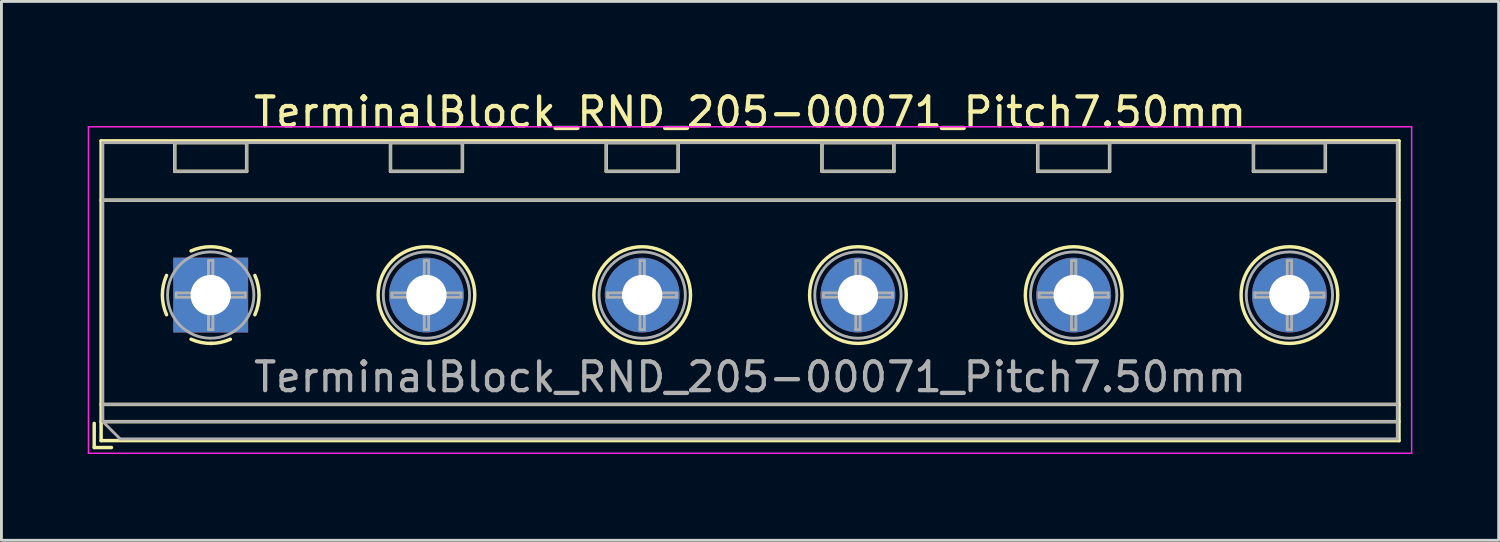
<source format=kicad_pcb>
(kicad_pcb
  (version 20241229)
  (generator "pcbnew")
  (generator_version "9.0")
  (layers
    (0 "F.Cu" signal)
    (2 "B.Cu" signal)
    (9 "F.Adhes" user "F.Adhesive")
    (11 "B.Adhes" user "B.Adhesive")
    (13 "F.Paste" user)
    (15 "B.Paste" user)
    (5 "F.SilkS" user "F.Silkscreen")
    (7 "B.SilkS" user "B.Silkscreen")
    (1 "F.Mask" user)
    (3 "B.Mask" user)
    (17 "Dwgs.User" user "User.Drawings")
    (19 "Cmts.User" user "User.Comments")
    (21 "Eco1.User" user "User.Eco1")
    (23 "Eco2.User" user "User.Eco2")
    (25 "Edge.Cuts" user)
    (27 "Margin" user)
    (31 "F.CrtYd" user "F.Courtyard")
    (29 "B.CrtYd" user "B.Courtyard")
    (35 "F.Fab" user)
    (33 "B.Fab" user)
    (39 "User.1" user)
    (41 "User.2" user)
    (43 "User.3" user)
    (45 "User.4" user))
  (footprint "TerminalBlock_RND_205-00071_Pitch7.50mm"
    (layer "F.Cu")
    (at 4.275 7.208)
    (property "Reference" "TerminalBlock_RND_205-00071_Pitch7.50mm" (at 18.75 -6.36 0) (layer "F.SilkS") (effects (font (size 1 1) (thickness 0.15))))
    (attr through_hole)
    (fp_line (start -4.05 4.46) (end -4.05 5.3) (stroke (width 0.12) (type solid)) (layer "F.SilkS"))
    (fp_line (start -4.05 5.3) (end -3.45 5.3) (stroke (width 0.12) (type solid)) (layer "F.SilkS"))
    (fp_line (start -3.81 -5.36) (end -3.81 5.06) (stroke (width 0.12) (type solid)) (layer "F.SilkS"))
    (fp_line (start -3.81 -3.3) (end 41.31 -3.3) (stroke (width 0.12) (type solid)) (layer "F.SilkS"))
    (fp_line (start -3.81 3.8) (end 41.31 3.8) (stroke (width 0.12) (type solid)) (layer "F.SilkS"))
    (fp_line (start -3.81 4.4) (end 41.31 4.4) (stroke (width 0.12) (type solid)) (layer "F.SilkS"))
    (fp_line (start -3.81 5.06) (end 41.31 5.06) (stroke (width 0.12) (type solid)) (layer "F.SilkS"))
    (fp_line (start -1.25 -5.301) (end -1.25 -4.301) (stroke (width 0.12) (type solid)) (layer "F.SilkS"))
    (fp_line (start -1.25 -5.301) (end 1.25 -5.301) (stroke (width 0.12) (type solid)) (layer "F.SilkS"))
    (fp_line (start -1.25 -4.301) (end 1.25 -4.301) (stroke (width 0.12) (type solid)) (layer "F.SilkS"))
    (fp_line (start 1.25 -5.301) (end 1.25 -4.301) (stroke (width 0.12) (type solid)) (layer "F.SilkS"))
    (fp_line (start 6.25 -5.301) (end 6.25 -4.301) (stroke (width 0.12) (type solid)) (layer "F.SilkS"))
    (fp_line (start 6.25 -5.301) (end 8.75 -5.301) (stroke (width 0.12) (type solid)) (layer "F.SilkS"))
    (fp_line (start 6.25 -4.301) (end 8.75 -4.301) (stroke (width 0.12) (type solid)) (layer "F.SilkS"))
    (fp_line (start 8.75 -5.301) (end 8.75 -4.301) (stroke (width 0.12) (type solid)) (layer "F.SilkS"))
    (fp_line (start 13.75 -5.301) (end 13.75 -4.301) (stroke (width 0.12) (type solid)) (layer "F.SilkS"))
    (fp_line (start 13.75 -5.301) (end 16.25 -5.301) (stroke (width 0.12) (type solid)) (layer "F.SilkS"))
    (fp_line (start 13.75 -4.301) (end 16.25 -4.301) (stroke (width 0.12) (type solid)) (layer "F.SilkS"))
    (fp_line (start 16.25 -5.301) (end 16.25 -4.301) (stroke (width 0.12) (type solid)) (layer "F.SilkS"))
    (fp_line (start 21.25 -5.301) (end 21.25 -4.301) (stroke (width 0.12) (type solid)) (layer "F.SilkS"))
    (fp_line (start 21.25 -5.301) (end 23.75 -5.301) (stroke (width 0.12) (type solid)) (layer "F.SilkS"))
    (fp_line (start 21.25 -4.301) (end 23.75 -4.301) (stroke (width 0.12) (type solid)) (layer "F.SilkS"))
    (fp_line (start 23.75 -5.301) (end 23.75 -4.301) (stroke (width 0.12) (type solid)) (layer "F.SilkS"))
    (fp_line (start 28.75 -5.301) (end 28.75 -4.301) (stroke (width 0.12) (type solid)) (layer "F.SilkS"))
    (fp_line (start 28.75 -5.301) (end 31.25 -5.301) (stroke (width 0.12) (type solid)) (layer "F.SilkS"))
    (fp_line (start 28.75 -4.301) (end 31.25 -4.301) (stroke (width 0.12) (type solid)) (layer "F.SilkS"))
    (fp_line (start 31.25 -5.301) (end 31.25 -4.301) (stroke (width 0.12) (type solid)) (layer "F.SilkS"))
    (fp_line (start 36.25 -5.301) (end 36.25 -4.301) (stroke (width 0.12) (type solid)) (layer "F.SilkS"))
    (fp_line (start 36.25 -5.301) (end 38.75 -5.301) (stroke (width 0.12) (type solid)) (layer "F.SilkS"))
    (fp_line (start 36.25 -4.301) (end 38.75 -4.301) (stroke (width 0.12) (type solid)) (layer "F.SilkS"))
    (fp_line (start 38.75 -5.301) (end 38.75 -4.301) (stroke (width 0.12) (type solid)) (layer "F.SilkS"))
    (fp_line (start 41.31 -5.36) (end -3.81 -5.36) (stroke (width 0.12) (type solid)) (layer "F.SilkS"))
    (fp_line (start 41.31 5.06) (end 41.31 -5.36) (stroke (width 0.12) (type solid)) (layer "F.SilkS"))
    (fp_arc (start -1.535427 0.683042) (mid -1.680501 -0.000524) (end -1.535 -0.684) (stroke (width 0.12) (type solid)) (layer "F.SilkS"))
    (fp_arc (start -0.683042 -1.535427) (mid 0.000524 -1.680501) (end 0.684 -1.535) (stroke (width 0.12) (type solid)) (layer "F.SilkS"))
    (fp_arc (start 0.028805 1.680253) (mid -0.335551 1.646659) (end -0.684 1.535) (stroke (width 0.12) (type solid)) (layer "F.SilkS"))
    (fp_arc (start 0.683318 1.534756) (mid 0.349292 1.643288) (end 0 1.68) (stroke (width 0.12) (type solid)) (layer "F.SilkS"))
    (fp_arc (start 1.535427 -0.683042) (mid 1.680501 0.000524) (end 1.535 0.684) (stroke (width 0.12) (type solid)) (layer "F.SilkS"))
    (fp_circle (center 7.5 0) (end 9.18 0) (stroke (width 0.12) (type solid)) (fill no) (layer "F.SilkS"))
    (fp_circle (center 15 0) (end 16.68 0) (stroke (width 0.12) (type solid)) (fill no) (layer "F.SilkS"))
    (fp_circle (center 22.5 0) (end 24.18 0) (stroke (width 0.12) (type solid)) (fill no) (layer "F.SilkS"))
    (fp_circle (center 30 0) (end 31.68 0) (stroke (width 0.12) (type solid)) (fill no) (layer "F.SilkS"))
    (fp_circle (center 37.5 0) (end 39.18 0) (stroke (width 0.12) (type solid)) (fill no) (layer "F.SilkS"))
    (fp_line (start -4.25 -5.85) (end -4.25 5.5) (stroke (width 0.05) (type solid)) (layer "F.CrtYd"))
    (fp_line (start -4.25 5.5) (end 41.75 5.5) (stroke (width 0.05) (type solid)) (layer "F.CrtYd"))
    (fp_line (start 41.75 -5.85) (end -4.25 -5.85) (stroke (width 0.05) (type solid)) (layer "F.CrtYd"))
    (fp_line (start 41.75 5.5) (end 41.75 -5.85) (stroke (width 0.05) (type solid)) (layer "F.CrtYd"))
    (fp_line (start -3.75 -5.3) (end 41.25 -5.3) (stroke (width 0.1) (type solid)) (layer "F.Fab"))
    (fp_line (start -3.75 -3.3) (end 41.25 -3.3) (stroke (width 0.1) (type solid)) (layer "F.Fab"))
    (fp_line (start -3.75 3.8) (end 41.25 3.8) (stroke (width 0.1) (type solid)) (layer "F.Fab"))
    (fp_line (start -3.75 4.4) (end -3.75 -5.3) (stroke (width 0.1) (type solid)) (layer "F.Fab"))
    (fp_line (start -3.75 4.4) (end 41.25 4.4) (stroke (width 0.1) (type solid)) (layer "F.Fab"))
    (fp_line (start -3.15 5) (end -3.75 4.4) (stroke (width 0.1) (type solid)) (layer "F.Fab"))
    (fp_line (start -1.25 -5.3) (end -1.25 -4.3) (stroke (width 0.1) (type solid)) (layer "F.Fab"))
    (fp_line (start -1.25 -4.3) (end 1.25 -4.3) (stroke (width 0.1) (type solid)) (layer "F.Fab"))
    (fp_line (start -1.201 -0.076) (end -0.076 -0.076) (stroke (width 0.1) (type solid)) (layer "F.Fab"))
    (fp_line (start -1.201 0.076) (end -1.201 -0.076) (stroke (width 0.1) (type solid)) (layer "F.Fab"))
    (fp_line (start -0.076 -1.201) (end 0.076 -1.201) (stroke (width 0.1) (type solid)) (layer "F.Fab"))
    (fp_line (start -0.076 -0.076) (end -0.076 -1.201) (stroke (width 0.1) (type solid)) (layer "F.Fab"))
    (fp_line (start -0.076 0.076) (end -1.201 0.076) (stroke (width 0.1) (type solid)) (layer "F.Fab"))
    (fp_line (start -0.076 1.201) (end -0.076 0.076) (stroke (width 0.1) (type solid)) (layer "F.Fab"))
    (fp_line (start 0.076 -1.201) (end 0.076 -0.076) (stroke (width 0.1) (type solid)) (layer "F.Fab"))
    (fp_line (start 0.076 -0.076) (end 1.201 -0.076) (stroke (width 0.1) (type solid)) (layer "F.Fab"))
    (fp_line (start 0.076 0.076) (end 0.076 1.201) (stroke (width 0.1) (type solid)) (layer "F.Fab"))
    (fp_line (start 0.076 1.201) (end -0.076 1.201) (stroke (width 0.1) (type solid)) (layer "F.Fab"))
    (fp_line (start 1.201 -0.076) (end 1.201 0.076) (stroke (width 0.1) (type solid)) (layer "F.Fab"))
    (fp_line (start 1.201 0.076) (end 0.076 0.076) (stroke (width 0.1) (type solid)) (layer "F.Fab"))
    (fp_line (start 1.25 -5.3) (end -1.25 -5.3) (stroke (width 0.1) (type solid)) (layer "F.Fab"))
    (fp_line (start 1.25 -4.3) (end 1.25 -5.3) (stroke (width 0.1) (type solid)) (layer "F.Fab"))
    (fp_line (start 6.25 -5.3) (end 6.25 -4.3) (stroke (width 0.1) (type solid)) (layer "F.Fab"))
    (fp_line (start 6.25 -4.3) (end 8.75 -4.3) (stroke (width 0.1) (type solid)) (layer "F.Fab"))
    (fp_line (start 6.299 -0.076) (end 7.424 -0.076) (stroke (width 0.1) (type solid)) (layer "F.Fab"))
    (fp_line (start 6.299 0.076) (end 6.299 -0.076) (stroke (width 0.1) (type solid)) (layer "F.Fab"))
    (fp_line (start 7.424 -1.201) (end 7.576 -1.201) (stroke (width 0.1) (type solid)) (layer "F.Fab"))
    (fp_line (start 7.424 -0.076) (end 7.424 -1.201) (stroke (width 0.1) (type solid)) (layer "F.Fab"))
    (fp_line (start 7.424 0.076) (end 6.299 0.076) (stroke (width 0.1) (type solid)) (layer "F.Fab"))
    (fp_line (start 7.424 1.201) (end 7.424 0.076) (stroke (width 0.1) (type solid)) (layer "F.Fab"))
    (fp_line (start 7.576 -1.201) (end 7.576 -0.076) (stroke (width 0.1) (type solid)) (layer "F.Fab"))
    (fp_line (start 7.576 -0.076) (end 8.701 -0.076) (stroke (width 0.1) (type solid)) (layer "F.Fab"))
    (fp_line (start 7.576 0.076) (end 7.576 1.201) (stroke (width 0.1) (type solid)) (layer "F.Fab"))
    (fp_line (start 7.576 1.201) (end 7.424 1.201) (stroke (width 0.1) (type solid)) (layer "F.Fab"))
    (fp_line (start 8.701 -0.076) (end 8.701 0.076) (stroke (width 0.1) (type solid)) (layer "F.Fab"))
    (fp_line (start 8.701 0.076) (end 7.576 0.076) (stroke (width 0.1) (type solid)) (layer "F.Fab"))
    (fp_line (start 8.75 -5.3) (end 6.25 -5.3) (stroke (width 0.1) (type solid)) (layer "F.Fab"))
    (fp_line (start 8.75 -4.3) (end 8.75 -5.3) (stroke (width 0.1) (type solid)) (layer "F.Fab"))
    (fp_line (start 13.75 -5.3) (end 13.75 -4.3) (stroke (width 0.1) (type solid)) (layer "F.Fab"))
    (fp_line (start 13.75 -4.3) (end 16.25 -4.3) (stroke (width 0.1) (type solid)) (layer "F.Fab"))
    (fp_line (start 13.799 -0.076) (end 14.924 -0.076) (stroke (width 0.1) (type solid)) (layer "F.Fab"))
    (fp_line (start 13.799 0.076) (end 13.799 -0.076) (stroke (width 0.1) (type solid)) (layer "F.Fab"))
    (fp_line (start 14.924 -1.201) (end 15.076 -1.201) (stroke (width 0.1) (type solid)) (layer "F.Fab"))
    (fp_line (start 14.924 -0.076) (end 14.924 -1.201) (stroke (width 0.1) (type solid)) (layer "F.Fab"))
    (fp_line (start 14.924 0.076) (end 13.799 0.076) (stroke (width 0.1) (type solid)) (layer "F.Fab"))
    (fp_line (start 14.924 1.201) (end 14.924 0.076) (stroke (width 0.1) (type solid)) (layer "F.Fab"))
    (fp_line (start 15.076 -1.201) (end 15.076 -0.076) (stroke (width 0.1) (type solid)) (layer "F.Fab"))
    (fp_line (start 15.076 -0.076) (end 16.201 -0.076) (stroke (width 0.1) (type solid)) (layer "F.Fab"))
    (fp_line (start 15.076 0.076) (end 15.076 1.201) (stroke (width 0.1) (type solid)) (layer "F.Fab"))
    (fp_line (start 15.076 1.201) (end 14.924 1.201) (stroke (width 0.1) (type solid)) (layer "F.Fab"))
    (fp_line (start 16.201 -0.076) (end 16.201 0.076) (stroke (width 0.1) (type solid)) (layer "F.Fab"))
    (fp_line (start 16.201 0.076) (end 15.076 0.076) (stroke (width 0.1) (type solid)) (layer "F.Fab"))
    (fp_line (start 16.25 -5.3) (end 13.75 -5.3) (stroke (width 0.1) (type solid)) (layer "F.Fab"))
    (fp_line (start 16.25 -4.3) (end 16.25 -5.3) (stroke (width 0.1) (type solid)) (layer "F.Fab"))
    (fp_line (start 21.25 -5.3) (end 21.25 -4.3) (stroke (width 0.1) (type solid)) (layer "F.Fab"))
    (fp_line (start 21.25 -4.3) (end 23.75 -4.3) (stroke (width 0.1) (type solid)) (layer "F.Fab"))
    (fp_line (start 21.299 -0.076) (end 22.424 -0.076) (stroke (width 0.1) (type solid)) (layer "F.Fab"))
    (fp_line (start 21.299 0.076) (end 21.299 -0.076) (stroke (width 0.1) (type solid)) (layer "F.Fab"))
    (fp_line (start 22.424 -1.201) (end 22.576 -1.201) (stroke (width 0.1) (type solid)) (layer "F.Fab"))
    (fp_line (start 22.424 -0.076) (end 22.424 -1.201) (stroke (width 0.1) (type solid)) (layer "F.Fab"))
    (fp_line (start 22.424 0.076) (end 21.299 0.076) (stroke (width 0.1) (type solid)) (layer "F.Fab"))
    (fp_line (start 22.424 1.201) (end 22.424 0.076) (stroke (width 0.1) (type solid)) (layer "F.Fab"))
    (fp_line (start 22.576 -1.201) (end 22.576 -0.076) (stroke (width 0.1) (type solid)) (layer "F.Fab"))
    (fp_line (start 22.576 -0.076) (end 23.701 -0.076) (stroke (width 0.1) (type solid)) (layer "F.Fab"))
    (fp_line (start 22.576 0.076) (end 22.576 1.201) (stroke (width 0.1) (type solid)) (layer "F.Fab"))
    (fp_line (start 22.576 1.201) (end 22.424 1.201) (stroke (width 0.1) (type solid)) (layer "F.Fab"))
    (fp_line (start 23.701 -0.076) (end 23.701 0.076) (stroke (width 0.1) (type solid)) (layer "F.Fab"))
    (fp_line (start 23.701 0.076) (end 22.576 0.076) (stroke (width 0.1) (type solid)) (layer "F.Fab"))
    (fp_line (start 23.75 -5.3) (end 21.25 -5.3) (stroke (width 0.1) (type solid)) (layer "F.Fab"))
    (fp_line (start 23.75 -4.3) (end 23.75 -5.3) (stroke (width 0.1) (type solid)) (layer "F.Fab"))
    (fp_line (start 28.75 -5.3) (end 28.75 -4.3) (stroke (width 0.1) (type solid)) (layer "F.Fab"))
    (fp_line (start 28.75 -4.3) (end 31.25 -4.3) (stroke (width 0.1) (type solid)) (layer "F.Fab"))
    (fp_line (start 28.799 -0.076) (end 29.924 -0.076) (stroke (width 0.1) (type solid)) (layer "F.Fab"))
    (fp_line (start 28.799 0.076) (end 28.799 -0.076) (stroke (width 0.1) (type solid)) (layer "F.Fab"))
    (fp_line (start 29.924 -1.201) (end 30.076 -1.201) (stroke (width 0.1) (type solid)) (layer "F.Fab"))
    (fp_line (start 29.924 -0.076) (end 29.924 -1.201) (stroke (width 0.1) (type solid)) (layer "F.Fab"))
    (fp_line (start 29.924 0.076) (end 28.799 0.076) (stroke (width 0.1) (type solid)) (layer "F.Fab"))
    (fp_line (start 29.924 1.201) (end 29.924 0.076) (stroke (width 0.1) (type solid)) (layer "F.Fab"))
    (fp_line (start 30.076 -1.201) (end 30.076 -0.076) (stroke (width 0.1) (type solid)) (layer "F.Fab"))
    (fp_line (start 30.076 -0.076) (end 31.201 -0.076) (stroke (width 0.1) (type solid)) (layer "F.Fab"))
    (fp_line (start 30.076 0.076) (end 30.076 1.201) (stroke (width 0.1) (type solid)) (layer "F.Fab"))
    (fp_line (start 30.076 1.201) (end 29.924 1.201) (stroke (width 0.1) (type solid)) (layer "F.Fab"))
    (fp_line (start 31.201 -0.076) (end 31.201 0.076) (stroke (width 0.1) (type solid)) (layer "F.Fab"))
    (fp_line (start 31.201 0.076) (end 30.076 0.076) (stroke (width 0.1) (type solid)) (layer "F.Fab"))
    (fp_line (start 31.25 -5.3) (end 28.75 -5.3) (stroke (width 0.1) (type solid)) (layer "F.Fab"))
    (fp_line (start 31.25 -4.3) (end 31.25 -5.3) (stroke (width 0.1) (type solid)) (layer "F.Fab"))
    (fp_line (start 36.25 -5.3) (end 36.25 -4.3) (stroke (width 0.1) (type solid)) (layer "F.Fab"))
    (fp_line (start 36.25 -4.3) (end 38.75 -4.3) (stroke (width 0.1) (type solid)) (layer "F.Fab"))
    (fp_line (start 36.299 -0.076) (end 37.424 -0.076) (stroke (width 0.1) (type solid)) (layer "F.Fab"))
    (fp_line (start 36.299 0.076) (end 36.299 -0.076) (stroke (width 0.1) (type solid)) (layer "F.Fab"))
    (fp_line (start 37.424 -1.201) (end 37.576 -1.201) (stroke (width 0.1) (type solid)) (layer "F.Fab"))
    (fp_line (start 37.424 -0.076) (end 37.424 -1.201) (stroke (width 0.1) (type solid)) (layer "F.Fab"))
    (fp_line (start 37.424 0.076) (end 36.299 0.076) (stroke (width 0.1) (type solid)) (layer "F.Fab"))
    (fp_line (start 37.424 1.201) (end 37.424 0.076) (stroke (width 0.1) (type solid)) (layer "F.Fab"))
    (fp_line (start 37.576 -1.201) (end 37.576 -0.076) (stroke (width 0.1) (type solid)) (layer "F.Fab"))
    (fp_line (start 37.576 -0.076) (end 38.701 -0.076) (stroke (width 0.1) (type solid)) (layer "F.Fab"))
    (fp_line (start 37.576 0.076) (end 37.576 1.201) (stroke (width 0.1) (type solid)) (layer "F.Fab"))
    (fp_line (start 37.576 1.201) (end 37.424 1.201) (stroke (width 0.1) (type solid)) (layer "F.Fab"))
    (fp_line (start 38.701 -0.076) (end 38.701 0.076) (stroke (width 0.1) (type solid)) (layer "F.Fab"))
    (fp_line (start 38.701 0.076) (end 37.576 0.076) (stroke (width 0.1) (type solid)) (layer "F.Fab"))
    (fp_line (start 38.75 -5.3) (end 36.25 -5.3) (stroke (width 0.1) (type solid)) (layer "F.Fab"))
    (fp_line (start 38.75 -4.3) (end 38.75 -5.3) (stroke (width 0.1) (type solid)) (layer "F.Fab"))
    (fp_line (start 41.25 -5.3) (end 41.25 5) (stroke (width 0.1) (type solid)) (layer "F.Fab"))
    (fp_line (start 41.25 5) (end -3.15 5) (stroke (width 0.1) (type solid)) (layer "F.Fab"))
    (fp_circle (center 0 0) (end 1.5 0) (stroke (width 0.1) (type solid)) (fill no) (layer "F.Fab"))
    (fp_circle (center 7.5 0) (end 9 0) (stroke (width 0.1) (type solid)) (fill no) (layer "F.Fab"))
    (fp_circle (center 15 0) (end 16.5 0) (stroke (width 0.1) (type solid)) (fill no) (layer "F.Fab"))
    (fp_circle (center 22.5 0) (end 24 0) (stroke (width 0.1) (type solid)) (fill no) (layer "F.Fab"))
    (fp_circle (center 30 0) (end 31.5 0) (stroke (width 0.1) (type solid)) (fill no) (layer "F.Fab"))
    (fp_circle (center 37.5 0) (end 39 0) (stroke (width 0.1) (type solid)) (fill no) (layer "F.Fab"))
    (fp_text user "${REFERENCE}" (at 18.75 2.85 0) (layer "F.Fab") (effects (font (size 1 1) (thickness 0.15))))
    (pad "1" thru_hole rect (at 0 0) (size 2.6 2.6) (drill 1.4) (layers "*.Cu" "*.Mask"))
    (pad "2" thru_hole circle (at 7.5 0) (size 2.6 2.6) (drill 1.4) (layers "*.Cu" "*.Mask"))
    (pad "3" thru_hole circle (at 15 0) (size 2.6 2.6) (drill 1.4) (layers "*.Cu" "*.Mask"))
    (pad "4" thru_hole circle (at 22.5 0) (size 2.6 2.6) (drill 1.4) (layers "*.Cu" "*.Mask"))
    (pad "5" thru_hole circle (at 30 0) (size 2.6 2.6) (drill 1.4) (layers "*.Cu" "*.Mask"))
    (pad "6" thru_hole circle (at 37.5 0) (size 2.6 2.6) (drill 1.4) (layers "*.Cu" "*.Mask")))
  (gr_rect
    (start -3 -3)
    (end 49.05 15.733)
    (stroke (width 0.1) (type default))
    (fill no)
    (layer "Edge.Cuts")))
</source>
